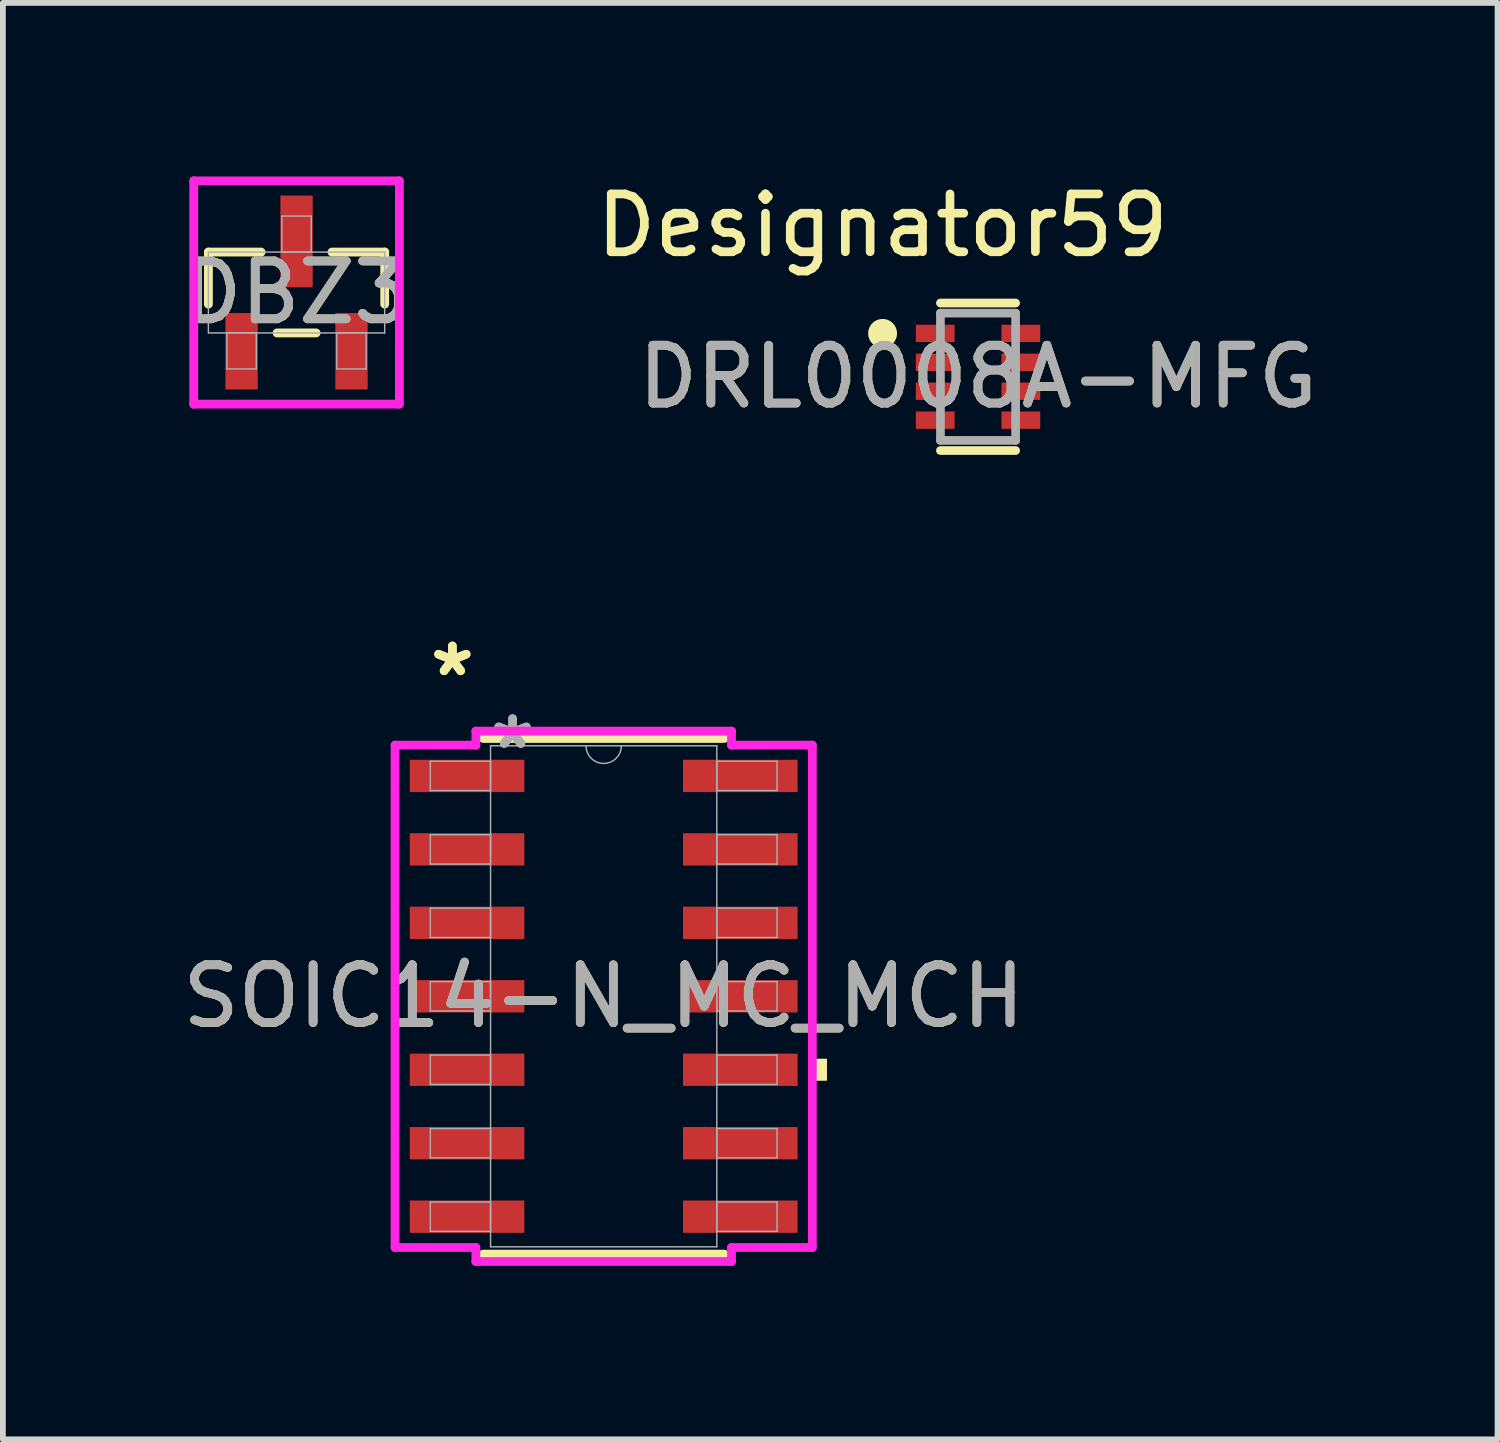
<source format=kicad_pcb>
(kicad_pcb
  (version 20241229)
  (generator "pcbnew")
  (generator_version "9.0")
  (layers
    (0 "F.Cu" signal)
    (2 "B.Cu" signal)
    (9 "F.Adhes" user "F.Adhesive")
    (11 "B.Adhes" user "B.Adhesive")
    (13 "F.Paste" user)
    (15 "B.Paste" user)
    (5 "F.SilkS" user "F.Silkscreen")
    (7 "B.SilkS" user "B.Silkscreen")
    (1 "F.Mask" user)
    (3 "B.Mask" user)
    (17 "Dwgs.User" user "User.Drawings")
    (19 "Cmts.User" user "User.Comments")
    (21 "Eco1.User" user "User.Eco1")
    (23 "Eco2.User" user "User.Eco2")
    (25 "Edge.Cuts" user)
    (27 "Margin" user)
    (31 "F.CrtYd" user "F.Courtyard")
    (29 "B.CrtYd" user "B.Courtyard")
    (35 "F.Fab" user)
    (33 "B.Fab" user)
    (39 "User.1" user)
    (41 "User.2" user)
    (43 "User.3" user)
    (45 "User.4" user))
  (footprint "SOIC14-N_MC_MCH"
    (layer "F.Cu")
    (at 7.387 14.175)
    (property "Reference" "SOIC14-N_MC_MCH" (at 0 0 0) (unlocked yes) (layer "F.SilkS") (effects (font (size 1 1) (thickness 0.15))))
    (attr smd)
    (fp_line (start -2.083 4.458) (end 2.083 4.458) (stroke (width 0.152) (type solid)) (layer "F.SilkS"))
    (fp_line (start 2.083 -4.458) (end -2.083 -4.458) (stroke (width 0.152) (type solid)) (layer "F.SilkS"))
    (fp_poly (pts (xy 3.861 1.079) (xy 3.861 1.46) (xy 3.607 1.46) (xy 3.607 1.079)) (stroke (width 0) (type solid)) (fill yes) (layer "F.SilkS"))
    (fp_line (start -3.607 -4.343) (end -2.21 -4.343) (stroke (width 0.152) (type solid)) (layer "F.CrtYd"))
    (fp_line (start -3.607 4.343) (end -3.607 -4.343) (stroke (width 0.152) (type solid)) (layer "F.CrtYd"))
    (fp_line (start -3.607 4.343) (end -2.21 4.343) (stroke (width 0.152) (type solid)) (layer "F.CrtYd"))
    (fp_line (start -2.21 -4.585) (end 2.21 -4.585) (stroke (width 0.152) (type solid)) (layer "F.CrtYd"))
    (fp_line (start -2.21 -4.343) (end -2.21 -4.585) (stroke (width 0.152) (type solid)) (layer "F.CrtYd"))
    (fp_line (start -2.21 4.585) (end -2.21 4.343) (stroke (width 0.152) (type solid)) (layer "F.CrtYd"))
    (fp_line (start 2.21 -4.585) (end 2.21 -4.343) (stroke (width 0.152) (type solid)) (layer "F.CrtYd"))
    (fp_line (start 2.21 4.343) (end 2.21 4.585) (stroke (width 0.152) (type solid)) (layer "F.CrtYd"))
    (fp_line (start 2.21 4.585) (end -2.21 4.585) (stroke (width 0.152) (type solid)) (layer "F.CrtYd"))
    (fp_line (start 3.607 -4.343) (end 2.21 -4.343) (stroke (width 0.152) (type solid)) (layer "F.CrtYd"))
    (fp_line (start 3.607 -4.343) (end 3.607 4.343) (stroke (width 0.152) (type solid)) (layer "F.CrtYd"))
    (fp_line (start 3.607 4.343) (end 2.21 4.343) (stroke (width 0.152) (type solid)) (layer "F.CrtYd"))
    (fp_line (start -2.997 -4.064) (end -2.997 -3.556) (stroke (width 0.025) (type solid)) (layer "F.Fab"))
    (fp_line (start -2.997 -3.556) (end -1.956 -3.556) (stroke (width 0.025) (type solid)) (layer "F.Fab"))
    (fp_line (start -2.997 -2.794) (end -2.997 -2.286) (stroke (width 0.025) (type solid)) (layer "F.Fab"))
    (fp_line (start -2.997 -2.286) (end -1.956 -2.286) (stroke (width 0.025) (type solid)) (layer "F.Fab"))
    (fp_line (start -2.997 -1.524) (end -2.997 -1.016) (stroke (width 0.025) (type solid)) (layer "F.Fab"))
    (fp_line (start -2.997 -1.016) (end -1.956 -1.016) (stroke (width 0.025) (type solid)) (layer "F.Fab"))
    (fp_line (start -2.997 -0.254) (end -2.997 0.254) (stroke (width 0.025) (type solid)) (layer "F.Fab"))
    (fp_line (start -2.997 0.254) (end -1.956 0.254) (stroke (width 0.025) (type solid)) (layer "F.Fab"))
    (fp_line (start -2.997 1.016) (end -2.997 1.524) (stroke (width 0.025) (type solid)) (layer "F.Fab"))
    (fp_line (start -2.997 1.524) (end -1.956 1.524) (stroke (width 0.025) (type solid)) (layer "F.Fab"))
    (fp_line (start -2.997 2.286) (end -2.997 2.794) (stroke (width 0.025) (type solid)) (layer "F.Fab"))
    (fp_line (start -2.997 2.794) (end -1.956 2.794) (stroke (width 0.025) (type solid)) (layer "F.Fab"))
    (fp_line (start -2.997 3.556) (end -2.997 4.064) (stroke (width 0.025) (type solid)) (layer "F.Fab"))
    (fp_line (start -2.997 4.064) (end -1.956 4.064) (stroke (width 0.025) (type solid)) (layer "F.Fab"))
    (fp_line (start -1.956 -4.331) (end -1.956 4.331) (stroke (width 0.025) (type solid)) (layer "F.Fab"))
    (fp_line (start -1.956 -4.064) (end -2.997 -4.064) (stroke (width 0.025) (type solid)) (layer "F.Fab"))
    (fp_line (start -1.956 -3.556) (end -1.956 -4.064) (stroke (width 0.025) (type solid)) (layer "F.Fab"))
    (fp_line (start -1.956 -2.794) (end -2.997 -2.794) (stroke (width 0.025) (type solid)) (layer "F.Fab"))
    (fp_line (start -1.956 -2.286) (end -1.956 -2.794) (stroke (width 0.025) (type solid)) (layer "F.Fab"))
    (fp_line (start -1.956 -1.524) (end -2.997 -1.524) (stroke (width 0.025) (type solid)) (layer "F.Fab"))
    (fp_line (start -1.956 -1.016) (end -1.956 -1.524) (stroke (width 0.025) (type solid)) (layer "F.Fab"))
    (fp_line (start -1.956 -0.254) (end -2.997 -0.254) (stroke (width 0.025) (type solid)) (layer "F.Fab"))
    (fp_line (start -1.956 0.254) (end -1.956 -0.254) (stroke (width 0.025) (type solid)) (layer "F.Fab"))
    (fp_line (start -1.956 1.016) (end -2.997 1.016) (stroke (width 0.025) (type solid)) (layer "F.Fab"))
    (fp_line (start -1.956 1.524) (end -1.956 1.016) (stroke (width 0.025) (type solid)) (layer "F.Fab"))
    (fp_line (start -1.956 2.286) (end -2.997 2.286) (stroke (width 0.025) (type solid)) (layer "F.Fab"))
    (fp_line (start -1.956 2.794) (end -1.956 2.286) (stroke (width 0.025) (type solid)) (layer "F.Fab"))
    (fp_line (start -1.956 3.556) (end -2.997 3.556) (stroke (width 0.025) (type solid)) (layer "F.Fab"))
    (fp_line (start -1.956 4.064) (end -1.956 3.556) (stroke (width 0.025) (type solid)) (layer "F.Fab"))
    (fp_line (start -1.956 4.331) (end 1.956 4.331) (stroke (width 0.025) (type solid)) (layer "F.Fab"))
    (fp_line (start 1.956 -4.331) (end -1.956 -4.331) (stroke (width 0.025) (type solid)) (layer "F.Fab"))
    (fp_line (start 1.956 -4.064) (end 1.956 -3.556) (stroke (width 0.025) (type solid)) (layer "F.Fab"))
    (fp_line (start 1.956 -3.556) (end 2.997 -3.556) (stroke (width 0.025) (type solid)) (layer "F.Fab"))
    (fp_line (start 1.956 -2.794) (end 1.956 -2.286) (stroke (width 0.025) (type solid)) (layer "F.Fab"))
    (fp_line (start 1.956 -2.286) (end 2.997 -2.286) (stroke (width 0.025) (type solid)) (layer "F.Fab"))
    (fp_line (start 1.956 -1.524) (end 1.956 -1.016) (stroke (width 0.025) (type solid)) (layer "F.Fab"))
    (fp_line (start 1.956 -1.016) (end 2.997 -1.016) (stroke (width 0.025) (type solid)) (layer "F.Fab"))
    (fp_line (start 1.956 -0.254) (end 1.956 0.254) (stroke (width 0.025) (type solid)) (layer "F.Fab"))
    (fp_line (start 1.956 0.254) (end 2.997 0.254) (stroke (width 0.025) (type solid)) (layer "F.Fab"))
    (fp_line (start 1.956 1.016) (end 1.956 1.524) (stroke (width 0.025) (type solid)) (layer "F.Fab"))
    (fp_line (start 1.956 1.524) (end 2.997 1.524) (stroke (width 0.025) (type solid)) (layer "F.Fab"))
    (fp_line (start 1.956 2.286) (end 1.956 2.794) (stroke (width 0.025) (type solid)) (layer "F.Fab"))
    (fp_line (start 1.956 2.794) (end 2.997 2.794) (stroke (width 0.025) (type solid)) (layer "F.Fab"))
    (fp_line (start 1.956 3.556) (end 1.956 4.064) (stroke (width 0.025) (type solid)) (layer "F.Fab"))
    (fp_line (start 1.956 4.064) (end 2.997 4.064) (stroke (width 0.025) (type solid)) (layer "F.Fab"))
    (fp_line (start 1.956 4.331) (end 1.956 -4.331) (stroke (width 0.025) (type solid)) (layer "F.Fab"))
    (fp_line (start 2.997 -4.064) (end 1.956 -4.064) (stroke (width 0.025) (type solid)) (layer "F.Fab"))
    (fp_line (start 2.997 -3.556) (end 2.997 -4.064) (stroke (width 0.025) (type solid)) (layer "F.Fab"))
    (fp_line (start 2.997 -2.794) (end 1.956 -2.794) (stroke (width 0.025) (type solid)) (layer "F.Fab"))
    (fp_line (start 2.997 -2.286) (end 2.997 -2.794) (stroke (width 0.025) (type solid)) (layer "F.Fab"))
    (fp_line (start 2.997 -1.524) (end 1.956 -1.524) (stroke (width 0.025) (type solid)) (layer "F.Fab"))
    (fp_line (start 2.997 -1.016) (end 2.997 -1.524) (stroke (width 0.025) (type solid)) (layer "F.Fab"))
    (fp_line (start 2.997 -0.254) (end 1.956 -0.254) (stroke (width 0.025) (type solid)) (layer "F.Fab"))
    (fp_line (start 2.997 0.254) (end 2.997 -0.254) (stroke (width 0.025) (type solid)) (layer "F.Fab"))
    (fp_line (start 2.997 1.016) (end 1.956 1.016) (stroke (width 0.025) (type solid)) (layer "F.Fab"))
    (fp_line (start 2.997 1.524) (end 2.997 1.016) (stroke (width 0.025) (type solid)) (layer "F.Fab"))
    (fp_line (start 2.997 2.286) (end 1.956 2.286) (stroke (width 0.025) (type solid)) (layer "F.Fab"))
    (fp_line (start 2.997 2.794) (end 2.997 2.286) (stroke (width 0.025) (type solid)) (layer "F.Fab"))
    (fp_line (start 2.997 3.556) (end 1.956 3.556) (stroke (width 0.025) (type solid)) (layer "F.Fab"))
    (fp_line (start 2.997 4.064) (end 2.997 3.556) (stroke (width 0.025) (type solid)) (layer "F.Fab"))
    (fp_arc (start 0.3048 -4.3307) (mid 0 -4.0259) (end -0.3048 -4.3307) (stroke (width 0.0254) (type solid)) (layer "F.Fab"))
    (fp_text user "*" (at -2.616 -5.512 0) (unlocked yes) (layer "F.SilkS") (effects (font (size 1 1) (thickness 0.15))))
    (fp_text user "*" (at -2.616 -5.512 0) (layer "F.SilkS") (effects (font (size 1 1) (thickness 0.15))))
    (fp_text user "${REFERENCE}" (at 0 0 0) (unlocked yes) (layer "F.Fab") (effects (font (size 1 1) (thickness 0.15))))
    (fp_text user "*" (at -1.575 -4.255 0) (layer "F.Fab") (effects (font (size 1 1) (thickness 0.15))))
    (fp_text user "*" (at -1.575 -4.255 0) (unlocked yes) (layer "F.Fab") (effects (font (size 1 1) (thickness 0.15))))
    (pad "1" smd rect (at -2.362 -3.81) (size 1.981 0.559) (layers "F.Cu" "F.Mask" "F.Paste"))
    (pad "2" smd rect (at -2.362 -2.54) (size 1.981 0.559) (layers "F.Cu" "F.Mask" "F.Paste"))
    (pad "3" smd rect (at -2.362 -1.27) (size 1.981 0.559) (layers "F.Cu" "F.Mask" "F.Paste"))
    (pad "4" smd rect (at -2.362 0) (size 1.981 0.559) (layers "F.Cu" "F.Mask" "F.Paste"))
    (pad "5" smd rect (at -2.362 1.27) (size 1.981 0.559) (layers "F.Cu" "F.Mask" "F.Paste"))
    (pad "6" smd rect (at -2.362 2.54) (size 1.981 0.559) (layers "F.Cu" "F.Mask" "F.Paste"))
    (pad "7" smd rect (at -2.362 3.81) (size 1.981 0.559) (layers "F.Cu" "F.Mask" "F.Paste"))
    (pad "8" smd rect (at 2.362 3.81) (size 1.981 0.559) (layers "F.Cu" "F.Mask" "F.Paste"))
    (pad "9" smd rect (at 2.362 2.54) (size 1.981 0.559) (layers "F.Cu" "F.Mask" "F.Paste"))
    (pad "10" smd rect (at 2.362 1.27) (size 1.981 0.559) (layers "F.Cu" "F.Mask" "F.Paste"))
    (pad "11" smd rect (at 2.362 0) (size 1.981 0.559) (layers "F.Cu" "F.Mask" "F.Paste"))
    (pad "12" smd rect (at 2.362 -1.27) (size 1.981 0.559) (layers "F.Cu" "F.Mask" "F.Paste"))
    (pad "13" smd rect (at 2.362 -2.54) (size 1.981 0.559) (layers "F.Cu" "F.Mask" "F.Paste"))
    (pad "14" smd rect (at 2.362 -3.81) (size 1.981 0.559) (layers "F.Cu" "F.Mask" "F.Paste")))
  (footprint "DRL0008A-MFG"
    (layer "F.Cu")
    (at 13.859 3.464)
    (property "Reference" "DRL0008A-MFG" (at 0 0 0) (unlocked yes) (layer "F.SilkS") (effects (font (size 1 1) (thickness 0.15))))
    (attr smd)
    (fp_line (start -0.65 -1.275) (end 0.65 -1.275) (stroke (width 0.15) (type solid)) (layer "F.SilkS"))
    (fp_line (start -0.65 1.275) (end 0.65 1.275) (stroke (width 0.15) (type solid)) (layer "F.SilkS"))
    (fp_circle (center -1.65 -0.75) (end -1.525 -0.75) (stroke (width 0.25) (type solid)) (fill no) (layer "F.SilkS"))
    (fp_line (start -0.65 -1.1) (end 0.65 -1.1) (stroke (width 0.15) (type solid)) (layer "F.Fab"))
    (fp_line (start -0.65 1.1) (end -0.65 -1.1) (stroke (width 0.15) (type solid)) (layer "F.Fab"))
    (fp_line (start -0.65 1.1) (end 0.65 1.1) (stroke (width 0.15) (type solid)) (layer "F.Fab"))
    (fp_line (start 0.65 1.1) (end 0.65 -1.1) (stroke (width 0.15) (type solid)) (layer "F.Fab"))
    (fp_text user "Designator59" (at -1.651 -2.616 0) (unlocked yes) (layer "F.SilkS") (effects (font (size 1 1) (thickness 0.15))))
    (fp_text user "${REFERENCE}" (at 0 0 0) (unlocked yes) (layer "F.Fab") (effects (font (size 1 1) (thickness 0.15))))
    (pad "1" smd rect (at -0.74 -0.75) (size 0.67 0.3) (layers "F.Cu" "F.Mask" "F.Paste"))
    (pad "2" smd rect (at -0.74 -0.25) (size 0.67 0.3) (layers "F.Cu" "F.Mask" "F.Paste"))
    (pad "3" smd rect (at -0.74 0.25) (size 0.67 0.3) (layers "F.Cu" "F.Mask" "F.Paste"))
    (pad "4" smd rect (at -0.74 0.75) (size 0.67 0.3) (layers "F.Cu" "F.Mask" "F.Paste"))
    (pad "5" smd rect (at 0.74 0.75) (size 0.67 0.3) (layers "F.Cu" "F.Mask" "F.Paste"))
    (pad "6" smd rect (at 0.74 0.25) (size 0.67 0.3) (layers "F.Cu" "F.Mask" "F.Paste"))
    (pad "7" smd rect (at 0.74 -0.25) (size 0.67 0.3) (layers "F.Cu" "F.Mask" "F.Paste"))
    (pad "8" smd rect (at 0.74 -0.75) (size 0.67 0.3) (layers "F.Cu" "F.Mask" "F.Paste")))
  (footprint "DBZ3"
    (layer "F.Cu")
    (at 2.077 2.007)
    (property "Reference" "DBZ3" (at 0 0 0) (unlocked yes) (layer "F.SilkS") (effects (font (size 1 1) (thickness 0.15))))
    (attr smd)
    (fp_line (start -1.524 -0.699) (end -1.524 0.201) (stroke (width 0.152) (type solid)) (layer "F.SilkS"))
    (fp_line (start -0.612 -0.699) (end -1.524 -0.699) (stroke (width 0.152) (type solid)) (layer "F.SilkS"))
    (fp_line (start -0.338 0.699) (end 0.338 0.699) (stroke (width 0.152) (type solid)) (layer "F.SilkS"))
    (fp_line (start 1.524 -0.699) (end 0.612 -0.699) (stroke (width 0.152) (type solid)) (layer "F.SilkS"))
    (fp_line (start 1.524 0.201) (end 1.524 -0.699) (stroke (width 0.152) (type solid)) (layer "F.SilkS"))
    (fp_line (start -1.778 -1.93) (end 1.778 -1.93) (stroke (width 0.152) (type solid)) (layer "F.CrtYd"))
    (fp_line (start -1.778 1.93) (end -1.778 -1.93) (stroke (width 0.152) (type solid)) (layer "F.CrtYd"))
    (fp_line (start 1.778 -1.93) (end 1.778 1.93) (stroke (width 0.152) (type solid)) (layer "F.CrtYd"))
    (fp_line (start 1.778 1.93) (end -1.778 1.93) (stroke (width 0.152) (type solid)) (layer "F.CrtYd"))
    (fp_line (start -1.524 -0.699) (end -1.524 0.699) (stroke (width 0.025) (type solid)) (layer "F.Fab"))
    (fp_line (start -1.524 0.699) (end 1.524 0.699) (stroke (width 0.025) (type solid)) (layer "F.Fab"))
    (fp_line (start -1.204 0.699) (end -1.204 1.321) (stroke (width 0.025) (type solid)) (layer "F.Fab"))
    (fp_line (start -1.204 1.321) (end -0.696 1.321) (stroke (width 0.025) (type solid)) (layer "F.Fab"))
    (fp_line (start -0.696 0.699) (end -1.204 0.699) (stroke (width 0.025) (type solid)) (layer "F.Fab"))
    (fp_line (start -0.696 1.321) (end -0.696 0.699) (stroke (width 0.025) (type solid)) (layer "F.Fab"))
    (fp_line (start -0.254 -1.321) (end -0.254 -0.699) (stroke (width 0.025) (type solid)) (layer "F.Fab"))
    (fp_line (start -0.254 -0.699) (end 0.254 -0.699) (stroke (width 0.025) (type solid)) (layer "F.Fab"))
    (fp_line (start 0.254 -1.321) (end -0.254 -1.321) (stroke (width 0.025) (type solid)) (layer "F.Fab"))
    (fp_line (start 0.254 -0.699) (end 0.254 -1.321) (stroke (width 0.025) (type solid)) (layer "F.Fab"))
    (fp_line (start 0.696 0.699) (end 0.696 1.321) (stroke (width 0.025) (type solid)) (layer "F.Fab"))
    (fp_line (start 0.696 1.321) (end 1.204 1.321) (stroke (width 0.025) (type solid)) (layer "F.Fab"))
    (fp_line (start 1.204 0.699) (end 0.696 0.699) (stroke (width 0.025) (type solid)) (layer "F.Fab"))
    (fp_line (start 1.204 1.321) (end 1.204 0.699) (stroke (width 0.025) (type solid)) (layer "F.Fab"))
    (fp_line (start 1.524 -0.699) (end -1.524 -0.699) (stroke (width 0.025) (type solid)) (layer "F.Fab"))
    (fp_line (start 1.524 0.699) (end 1.524 -0.699) (stroke (width 0.025) (type solid)) (layer "F.Fab"))
    (fp_text user "${REFERENCE}" (at 0 0 0) (unlocked yes) (layer "F.Fab") (effects (font (size 1 1) (thickness 0.15))))
    (pad "1" smd rect (at -0.95 1.016) (size 0.559 1.321) (layers "F.Cu" "F.Mask" "F.Paste"))
    (pad "2" smd rect (at 0.95 1.016) (size 0.559 1.321) (layers "F.Cu" "F.Mask" "F.Paste"))
    (pad "3" smd rect (at 0 -0.883) (size 0.559 1.587) (layers "F.Cu" "F.Mask" "F.Paste")))
  (gr_rect
    (start -3 -3)
    (end 22.841 21.835)
    (stroke (width 0.1) (type default))
    (fill no)
    (layer "Edge.Cuts")))
</source>
